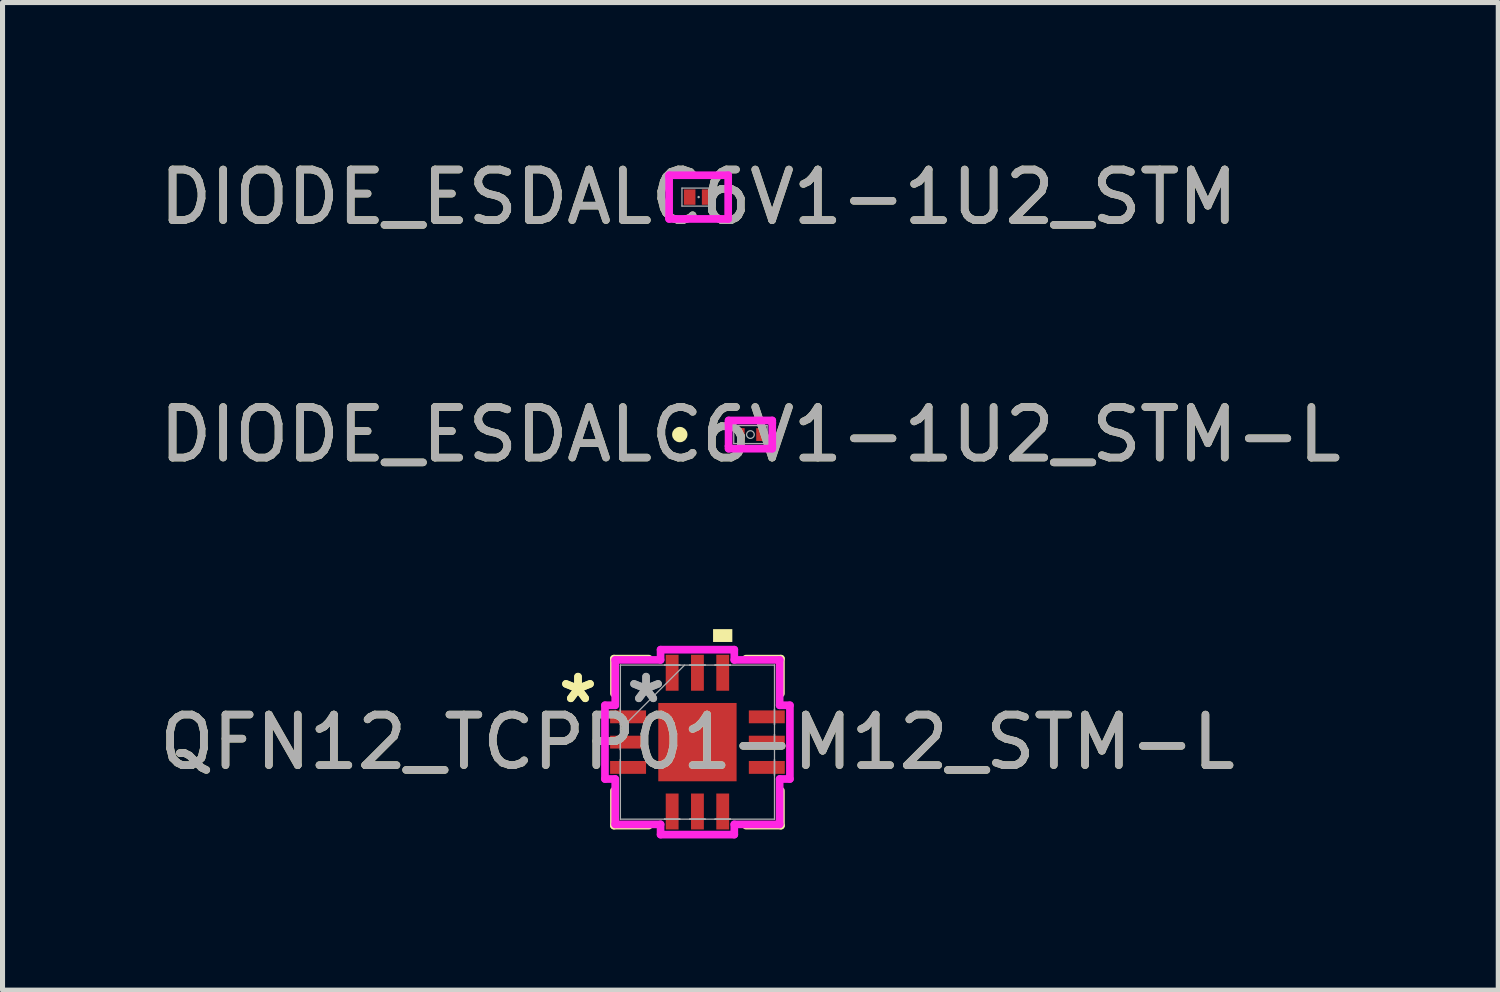
<source format=kicad_pcb>
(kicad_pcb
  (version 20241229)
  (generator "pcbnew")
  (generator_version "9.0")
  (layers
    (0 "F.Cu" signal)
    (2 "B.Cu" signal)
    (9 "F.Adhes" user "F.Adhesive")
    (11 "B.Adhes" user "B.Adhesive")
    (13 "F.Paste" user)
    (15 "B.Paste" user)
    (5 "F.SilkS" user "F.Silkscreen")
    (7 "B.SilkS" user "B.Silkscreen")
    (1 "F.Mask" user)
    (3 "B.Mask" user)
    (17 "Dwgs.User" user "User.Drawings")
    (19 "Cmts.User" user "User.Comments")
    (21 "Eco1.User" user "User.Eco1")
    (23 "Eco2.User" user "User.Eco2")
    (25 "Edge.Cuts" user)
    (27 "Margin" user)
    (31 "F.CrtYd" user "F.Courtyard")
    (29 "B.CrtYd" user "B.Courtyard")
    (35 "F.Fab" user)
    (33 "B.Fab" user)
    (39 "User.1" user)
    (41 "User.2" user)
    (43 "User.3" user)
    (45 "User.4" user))
  (footprint "DIODE_ESDALC6V1-1U2_STM-L"
    (layer "F.Cu")
    (at 11.792 5.545)
    (property "Reference" "DIODE_ESDALC6V1-1U2_STM-L" (at 0 0 0) (unlocked yes) (layer "F.SilkS") (effects (font (size 1 1) (thickness 0.15))))
    (attr smd)
    (fp_circle (center -1.397 0) (end -1.321 0) (stroke (width 0.152) (type solid)) (fill no) (layer "F.SilkS"))
    (fp_line (start -0.432 -0.279) (end 0.432 -0.279) (stroke (width 0.152) (type solid)) (layer "F.CrtYd"))
    (fp_line (start -0.432 -0.229) (end -0.432 -0.279) (stroke (width 0.152) (type solid)) (layer "F.CrtYd"))
    (fp_line (start -0.432 -0.229) (end -0.432 -0.229) (stroke (width 0.152) (type solid)) (layer "F.CrtYd"))
    (fp_line (start -0.432 0.229) (end -0.432 -0.229) (stroke (width 0.152) (type solid)) (layer "F.CrtYd"))
    (fp_line (start -0.432 0.229) (end -0.432 0.229) (stroke (width 0.152) (type solid)) (layer "F.CrtYd"))
    (fp_line (start -0.432 0.279) (end -0.432 0.229) (stroke (width 0.152) (type solid)) (layer "F.CrtYd"))
    (fp_line (start 0.432 -0.279) (end 0.432 -0.229) (stroke (width 0.152) (type solid)) (layer "F.CrtYd"))
    (fp_line (start 0.432 -0.229) (end 0.432 -0.229) (stroke (width 0.152) (type solid)) (layer "F.CrtYd"))
    (fp_line (start 0.432 -0.229) (end 0.432 0.229) (stroke (width 0.152) (type solid)) (layer "F.CrtYd"))
    (fp_line (start 0.432 0.229) (end 0.432 0.229) (stroke (width 0.152) (type solid)) (layer "F.CrtYd"))
    (fp_line (start 0.432 0.229) (end 0.432 0.279) (stroke (width 0.152) (type solid)) (layer "F.CrtYd"))
    (fp_line (start 0.432 0.279) (end -0.432 0.279) (stroke (width 0.152) (type solid)) (layer "F.CrtYd"))
    (fp_line (start -0.33 -0.178) (end -0.33 0.178) (stroke (width 0.025) (type solid)) (layer "F.Fab"))
    (fp_line (start -0.33 0.178) (end 0.33 0.178) (stroke (width 0.025) (type solid)) (layer "F.Fab"))
    (fp_line (start 0.33 -0.178) (end -0.33 -0.178) (stroke (width 0.025) (type solid)) (layer "F.Fab"))
    (fp_line (start 0.33 0.178) (end 0.33 -0.178) (stroke (width 0.025) (type solid)) (layer "F.Fab"))
    (fp_circle (center 0 0) (end 0.076 0) (stroke (width 0.025) (type solid)) (fill no) (layer "F.Fab"))
    (fp_text user "${REFERENCE}" (at 0 0 0) (unlocked yes) (layer "F.Fab") (effects (font (size 1 1) (thickness 0.15))))
    (pad "1" smd rect (at -0.178 0) (size 0.127 0.254) (layers "F.Cu" "F.Mask" "F.Paste"))
    (pad "2" smd rect (at 0.178 0) (size 0.127 0.254) (layers "F.Cu" "F.Mask" "F.Paste")))
  (footprint "QFN12_TCPP01-M12_STM-L"
    (layer "F.Cu")
    (at 10.744 11.628)
    (property "Reference" "QFN12_TCPP01-M12_STM-L" (at 0 0 0) (unlocked yes) (layer "F.SilkS") (effects (font (size 1 1) (thickness 0.15))))
    (attr smd)
    (fp_line (start -1.651 -1.651) (end -1.651 -0.96) (stroke (width 0.152) (type solid)) (layer "F.SilkS"))
    (fp_line (start -1.651 0.96) (end -1.651 1.651) (stroke (width 0.152) (type solid)) (layer "F.SilkS"))
    (fp_line (start -1.651 1.651) (end -0.96 1.651) (stroke (width 0.152) (type solid)) (layer "F.SilkS"))
    (fp_line (start -0.96 -1.651) (end -1.651 -1.651) (stroke (width 0.152) (type solid)) (layer "F.SilkS"))
    (fp_line (start 0.96 1.651) (end 1.651 1.651) (stroke (width 0.152) (type solid)) (layer "F.SilkS"))
    (fp_line (start 1.651 -1.651) (end 0.96 -1.651) (stroke (width 0.152) (type solid)) (layer "F.SilkS"))
    (fp_line (start 1.651 -0.96) (end 1.651 -1.651) (stroke (width 0.152) (type solid)) (layer "F.SilkS"))
    (fp_line (start 1.651 1.651) (end 1.651 0.96) (stroke (width 0.152) (type solid)) (layer "F.SilkS"))
    (fp_poly (pts (xy 0.309 -1.981) (xy 0.309 -2.235) (xy 0.69 -2.235) (xy 0.69 -1.981)) (stroke (width 0) (type solid)) (fill yes) (layer "F.SilkS"))
    (fp_line (start -1.829 -0.729) (end -1.626 -0.729) (stroke (width 0.152) (type solid)) (layer "F.CrtYd"))
    (fp_line (start -1.829 0.729) (end -1.829 -0.729) (stroke (width 0.152) (type solid)) (layer "F.CrtYd"))
    (fp_line (start -1.626 -1.626) (end -0.729 -1.626) (stroke (width 0.152) (type solid)) (layer "F.CrtYd"))
    (fp_line (start -1.626 -0.729) (end -1.626 -1.626) (stroke (width 0.152) (type solid)) (layer "F.CrtYd"))
    (fp_line (start -1.626 0.729) (end -1.829 0.729) (stroke (width 0.152) (type solid)) (layer "F.CrtYd"))
    (fp_line (start -1.626 1.626) (end -1.626 0.729) (stroke (width 0.152) (type solid)) (layer "F.CrtYd"))
    (fp_line (start -0.729 -1.829) (end 0.729 -1.829) (stroke (width 0.152) (type solid)) (layer "F.CrtYd"))
    (fp_line (start -0.729 -1.626) (end -0.729 -1.829) (stroke (width 0.152) (type solid)) (layer "F.CrtYd"))
    (fp_line (start -0.729 1.626) (end -1.626 1.626) (stroke (width 0.152) (type solid)) (layer "F.CrtYd"))
    (fp_line (start -0.729 1.829) (end -0.729 1.626) (stroke (width 0.152) (type solid)) (layer "F.CrtYd"))
    (fp_line (start 0.729 -1.829) (end 0.729 -1.626) (stroke (width 0.152) (type solid)) (layer "F.CrtYd"))
    (fp_line (start 0.729 -1.626) (end 1.626 -1.626) (stroke (width 0.152) (type solid)) (layer "F.CrtYd"))
    (fp_line (start 0.729 1.626) (end 0.729 1.829) (stroke (width 0.152) (type solid)) (layer "F.CrtYd"))
    (fp_line (start 0.729 1.829) (end -0.729 1.829) (stroke (width 0.152) (type solid)) (layer "F.CrtYd"))
    (fp_line (start 1.626 -1.626) (end 1.626 -0.729) (stroke (width 0.152) (type solid)) (layer "F.CrtYd"))
    (fp_line (start 1.626 -0.729) (end 1.829 -0.729) (stroke (width 0.152) (type solid)) (layer "F.CrtYd"))
    (fp_line (start 1.626 0.729) (end 1.626 1.626) (stroke (width 0.152) (type solid)) (layer "F.CrtYd"))
    (fp_line (start 1.626 1.626) (end 0.729 1.626) (stroke (width 0.152) (type solid)) (layer "F.CrtYd"))
    (fp_line (start 1.829 -0.729) (end 1.829 0.729) (stroke (width 0.152) (type solid)) (layer "F.CrtYd"))
    (fp_line (start 1.829 0.729) (end 1.626 0.729) (stroke (width 0.152) (type solid)) (layer "F.CrtYd"))
    (fp_line (start -1.524 -1.524) (end -1.524 -1.524) (stroke (width 0.025) (type solid)) (layer "F.Fab"))
    (fp_line (start -1.524 -1.524) (end -1.524 1.524) (stroke (width 0.025) (type solid)) (layer "F.Fab"))
    (fp_line (start -1.524 -0.652) (end -1.524 -0.652) (stroke (width 0.025) (type solid)) (layer "F.Fab"))
    (fp_line (start -1.524 -0.652) (end -1.524 -0.348) (stroke (width 0.025) (type solid)) (layer "F.Fab"))
    (fp_line (start -1.524 -0.348) (end -1.524 -0.652) (stroke (width 0.025) (type solid)) (layer "F.Fab"))
    (fp_line (start -1.524 -0.348) (end -1.524 -0.348) (stroke (width 0.025) (type solid)) (layer "F.Fab"))
    (fp_line (start -1.524 -0.254) (end -0.254 -1.524) (stroke (width 0.025) (type solid)) (layer "F.Fab"))
    (fp_line (start -1.524 -0.152) (end -1.524 -0.152) (stroke (width 0.025) (type solid)) (layer "F.Fab"))
    (fp_line (start -1.524 -0.152) (end -1.524 0.152) (stroke (width 0.025) (type solid)) (layer "F.Fab"))
    (fp_line (start -1.524 0.152) (end -1.524 -0.152) (stroke (width 0.025) (type solid)) (layer "F.Fab"))
    (fp_line (start -1.524 0.152) (end -1.524 0.152) (stroke (width 0.025) (type solid)) (layer "F.Fab"))
    (fp_line (start -1.524 0.348) (end -1.524 0.348) (stroke (width 0.025) (type solid)) (layer "F.Fab"))
    (fp_line (start -1.524 0.348) (end -1.524 0.652) (stroke (width 0.025) (type solid)) (layer "F.Fab"))
    (fp_line (start -1.524 0.652) (end -1.524 0.348) (stroke (width 0.025) (type solid)) (layer "F.Fab"))
    (fp_line (start -1.524 0.652) (end -1.524 0.652) (stroke (width 0.025) (type solid)) (layer "F.Fab"))
    (fp_line (start -1.524 1.524) (end -1.524 1.524) (stroke (width 0.025) (type solid)) (layer "F.Fab"))
    (fp_line (start -1.524 1.524) (end 1.524 1.524) (stroke (width 0.025) (type solid)) (layer "F.Fab"))
    (fp_line (start -0.652 -1.524) (end -0.652 -1.524) (stroke (width 0.025) (type solid)) (layer "F.Fab"))
    (fp_line (start -0.652 -1.524) (end -0.348 -1.524) (stroke (width 0.025) (type solid)) (layer "F.Fab"))
    (fp_line (start -0.652 1.524) (end -0.652 1.524) (stroke (width 0.025) (type solid)) (layer "F.Fab"))
    (fp_line (start -0.652 1.524) (end -0.348 1.524) (stroke (width 0.025) (type solid)) (layer "F.Fab"))
    (fp_line (start -0.348 -1.524) (end -0.652 -1.524) (stroke (width 0.025) (type solid)) (layer "F.Fab"))
    (fp_line (start -0.348 -1.524) (end -0.348 -1.524) (stroke (width 0.025) (type solid)) (layer "F.Fab"))
    (fp_line (start -0.348 1.524) (end -0.652 1.524) (stroke (width 0.025) (type solid)) (layer "F.Fab"))
    (fp_line (start -0.348 1.524) (end -0.348 1.524) (stroke (width 0.025) (type solid)) (layer "F.Fab"))
    (fp_line (start -0.152 -1.524) (end -0.152 -1.524) (stroke (width 0.025) (type solid)) (layer "F.Fab"))
    (fp_line (start -0.152 -1.524) (end 0.152 -1.524) (stroke (width 0.025) (type solid)) (layer "F.Fab"))
    (fp_line (start -0.152 1.524) (end -0.152 1.524) (stroke (width 0.025) (type solid)) (layer "F.Fab"))
    (fp_line (start -0.152 1.524) (end 0.152 1.524) (stroke (width 0.025) (type solid)) (layer "F.Fab"))
    (fp_line (start 0.152 -1.524) (end -0.152 -1.524) (stroke (width 0.025) (type solid)) (layer "F.Fab"))
    (fp_line (start 0.152 -1.524) (end 0.152 -1.524) (stroke (width 0.025) (type solid)) (layer "F.Fab"))
    (fp_line (start 0.152 1.524) (end -0.152 1.524) (stroke (width 0.025) (type solid)) (layer "F.Fab"))
    (fp_line (start 0.152 1.524) (end 0.152 1.524) (stroke (width 0.025) (type solid)) (layer "F.Fab"))
    (fp_line (start 0.348 -1.524) (end 0.348 -1.524) (stroke (width 0.025) (type solid)) (layer "F.Fab"))
    (fp_line (start 0.348 -1.524) (end 0.652 -1.524) (stroke (width 0.025) (type solid)) (layer "F.Fab"))
    (fp_line (start 0.348 1.524) (end 0.348 1.524) (stroke (width 0.025) (type solid)) (layer "F.Fab"))
    (fp_line (start 0.348 1.524) (end 0.652 1.524) (stroke (width 0.025) (type solid)) (layer "F.Fab"))
    (fp_line (start 0.652 -1.524) (end 0.348 -1.524) (stroke (width 0.025) (type solid)) (layer "F.Fab"))
    (fp_line (start 0.652 -1.524) (end 0.652 -1.524) (stroke (width 0.025) (type solid)) (layer "F.Fab"))
    (fp_line (start 0.652 1.524) (end 0.348 1.524) (stroke (width 0.025) (type solid)) (layer "F.Fab"))
    (fp_line (start 0.652 1.524) (end 0.652 1.524) (stroke (width 0.025) (type solid)) (layer "F.Fab"))
    (fp_line (start 1.524 -1.524) (end -1.524 -1.524) (stroke (width 0.025) (type solid)) (layer "F.Fab"))
    (fp_line (start 1.524 -1.524) (end 1.524 -1.524) (stroke (width 0.025) (type solid)) (layer "F.Fab"))
    (fp_line (start 1.524 -0.652) (end 1.524 -0.652) (stroke (width 0.025) (type solid)) (layer "F.Fab"))
    (fp_line (start 1.524 -0.652) (end 1.524 -0.348) (stroke (width 0.025) (type solid)) (layer "F.Fab"))
    (fp_line (start 1.524 -0.348) (end 1.524 -0.652) (stroke (width 0.025) (type solid)) (layer "F.Fab"))
    (fp_line (start 1.524 -0.348) (end 1.524 -0.348) (stroke (width 0.025) (type solid)) (layer "F.Fab"))
    (fp_line (start 1.524 -0.152) (end 1.524 -0.152) (stroke (width 0.025) (type solid)) (layer "F.Fab"))
    (fp_line (start 1.524 -0.152) (end 1.524 0.152) (stroke (width 0.025) (type solid)) (layer "F.Fab"))
    (fp_line (start 1.524 0.152) (end 1.524 -0.152) (stroke (width 0.025) (type solid)) (layer "F.Fab"))
    (fp_line (start 1.524 0.152) (end 1.524 0.152) (stroke (width 0.025) (type solid)) (layer "F.Fab"))
    (fp_line (start 1.524 0.348) (end 1.524 0.348) (stroke (width 0.025) (type solid)) (layer "F.Fab"))
    (fp_line (start 1.524 0.348) (end 1.524 0.652) (stroke (width 0.025) (type solid)) (layer "F.Fab"))
    (fp_line (start 1.524 0.652) (end 1.524 0.348) (stroke (width 0.025) (type solid)) (layer "F.Fab"))
    (fp_line (start 1.524 0.652) (end 1.524 0.652) (stroke (width 0.025) (type solid)) (layer "F.Fab"))
    (fp_line (start 1.524 1.524) (end 1.524 -1.524) (stroke (width 0.025) (type solid)) (layer "F.Fab"))
    (fp_line (start 1.524 1.524) (end 1.524 1.524) (stroke (width 0.025) (type solid)) (layer "F.Fab"))
    (fp_text user "*" (at -2.362 -0.75 0) (unlocked yes) (layer "F.SilkS") (effects (font (size 1 1) (thickness 0.15))))
    (fp_text user "*" (at -2.362 -0.75 0) (layer "F.SilkS") (effects (font (size 1 1) (thickness 0.15))))
    (fp_text user "*" (at -1.016 -0.75 0) (unlocked yes) (layer "F.Fab") (effects (font (size 1 1) (thickness 0.15))))
    (fp_text user "${REFERENCE}" (at 0 0 0) (unlocked yes) (layer "F.Fab") (effects (font (size 1 1) (thickness 0.15))))
    (fp_text user "*" (at -1.016 -0.75 0) (layer "F.Fab") (effects (font (size 1 1) (thickness 0.15))))
    (pad "1" smd rect (at -1.372 -0.5 90) (size 0.254 0.711) (layers "F.Cu" "F.Mask" "F.Paste"))
    (pad "2" smd rect (at -1.372 0 90) (size 0.254 0.711) (layers "F.Cu" "F.Mask" "F.Paste"))
    (pad "3" smd rect (at -1.372 0.5 90) (size 0.254 0.711) (layers "F.Cu" "F.Mask" "F.Paste"))
    (pad "4" smd rect (at -0.5 1.372) (size 0.254 0.711) (layers "F.Cu" "F.Mask" "F.Paste"))
    (pad "5" smd rect (at 0 1.372) (size 0.254 0.711) (layers "F.Cu" "F.Mask" "F.Paste"))
    (pad "6" smd rect (at 0.5 1.372) (size 0.254 0.711) (layers "F.Cu" "F.Mask" "F.Paste"))
    (pad "7" smd rect (at 1.372 0.5 90) (size 0.254 0.711) (layers "F.Cu" "F.Mask" "F.Paste"))
    (pad "8" smd rect (at 1.372 0 90) (size 0.254 0.711) (layers "F.Cu" "F.Mask" "F.Paste"))
    (pad "9" smd rect (at 1.372 -0.5 90) (size 0.254 0.711) (layers "F.Cu" "F.Mask" "F.Paste"))
    (pad "10" smd rect (at 0.5 -1.372) (size 0.254 0.711) (layers "F.Cu" "F.Mask" "F.Paste"))
    (pad "11" smd rect (at 0 -1.372) (size 0.254 0.711) (layers "F.Cu" "F.Mask" "F.Paste"))
    (pad "12" smd rect (at -0.5 -1.372) (size 0.254 0.711) (layers "F.Cu" "F.Mask" "F.Paste"))
    (pad "13" smd rect (at 0 0) (size 1.549 1.549) (layers "F.Cu" "F.Mask" "F.Paste")))
  (footprint "DIODE_ESDALC6V1-1U2_STM"
    (layer "F.Cu")
    (at 10.768 0.848)
    (property "Reference" "DIODE_ESDALC6V1-1U2_STM" (at 0 0 0) (unlocked yes) (layer "F.SilkS") (effects (font (size 1 1) (thickness 0.15))))
    (attr smd)
    (fp_line (start -0.584 -0.432) (end 0.584 -0.432) (stroke (width 0.152) (type solid)) (layer "F.CrtYd"))
    (fp_line (start -0.584 -0.406) (end -0.584 -0.432) (stroke (width 0.152) (type solid)) (layer "F.CrtYd"))
    (fp_line (start -0.584 -0.406) (end -0.584 -0.406) (stroke (width 0.152) (type solid)) (layer "F.CrtYd"))
    (fp_line (start -0.584 0.406) (end -0.584 -0.406) (stroke (width 0.152) (type solid)) (layer "F.CrtYd"))
    (fp_line (start -0.584 0.406) (end -0.584 0.406) (stroke (width 0.152) (type solid)) (layer "F.CrtYd"))
    (fp_line (start -0.584 0.432) (end -0.584 0.406) (stroke (width 0.152) (type solid)) (layer "F.CrtYd"))
    (fp_line (start 0.584 -0.432) (end 0.584 -0.406) (stroke (width 0.152) (type solid)) (layer "F.CrtYd"))
    (fp_line (start 0.584 -0.406) (end 0.584 -0.406) (stroke (width 0.152) (type solid)) (layer "F.CrtYd"))
    (fp_line (start 0.584 -0.406) (end 0.584 0.406) (stroke (width 0.152) (type solid)) (layer "F.CrtYd"))
    (fp_line (start 0.584 0.406) (end 0.584 0.406) (stroke (width 0.152) (type solid)) (layer "F.CrtYd"))
    (fp_line (start 0.584 0.406) (end 0.584 0.432) (stroke (width 0.152) (type solid)) (layer "F.CrtYd"))
    (fp_line (start 0.584 0.432) (end -0.584 0.432) (stroke (width 0.152) (type solid)) (layer "F.CrtYd"))
    (fp_line (start -0.33 -0.178) (end -0.33 0.178) (stroke (width 0.025) (type solid)) (layer "F.Fab"))
    (fp_line (start -0.33 0.178) (end 0.33 0.178) (stroke (width 0.025) (type solid)) (layer "F.Fab"))
    (fp_line (start 0.33 -0.178) (end -0.33 -0.178) (stroke (width 0.025) (type solid)) (layer "F.Fab"))
    (fp_line (start 0.33 0.178) (end 0.33 -0.178) (stroke (width 0.025) (type solid)) (layer "F.Fab"))
    (fp_circle (center 0 0) (end 0 0) (stroke (width 0.025) (type solid)) (fill no) (layer "F.Fab"))
    (fp_text user "${REFERENCE}" (at 0 0 0) (unlocked yes) (layer "F.Fab") (effects (font (size 1 1) (thickness 0.15))))
    (pad "1" smd rect (at -0.178 0) (size 0.229 0.305) (layers "F.Cu" "F.Mask" "F.Paste"))
    (pad "2" smd rect (at 0.178 0) (size 0.229 0.305) (layers "F.Cu" "F.Mask" "F.Paste")))
  (gr_rect
    (start -3 -3)
    (end 26.583 16.533)
    (stroke (width 0.1) (type default))
    (fill no)
    (layer "Edge.Cuts")))
</source>
